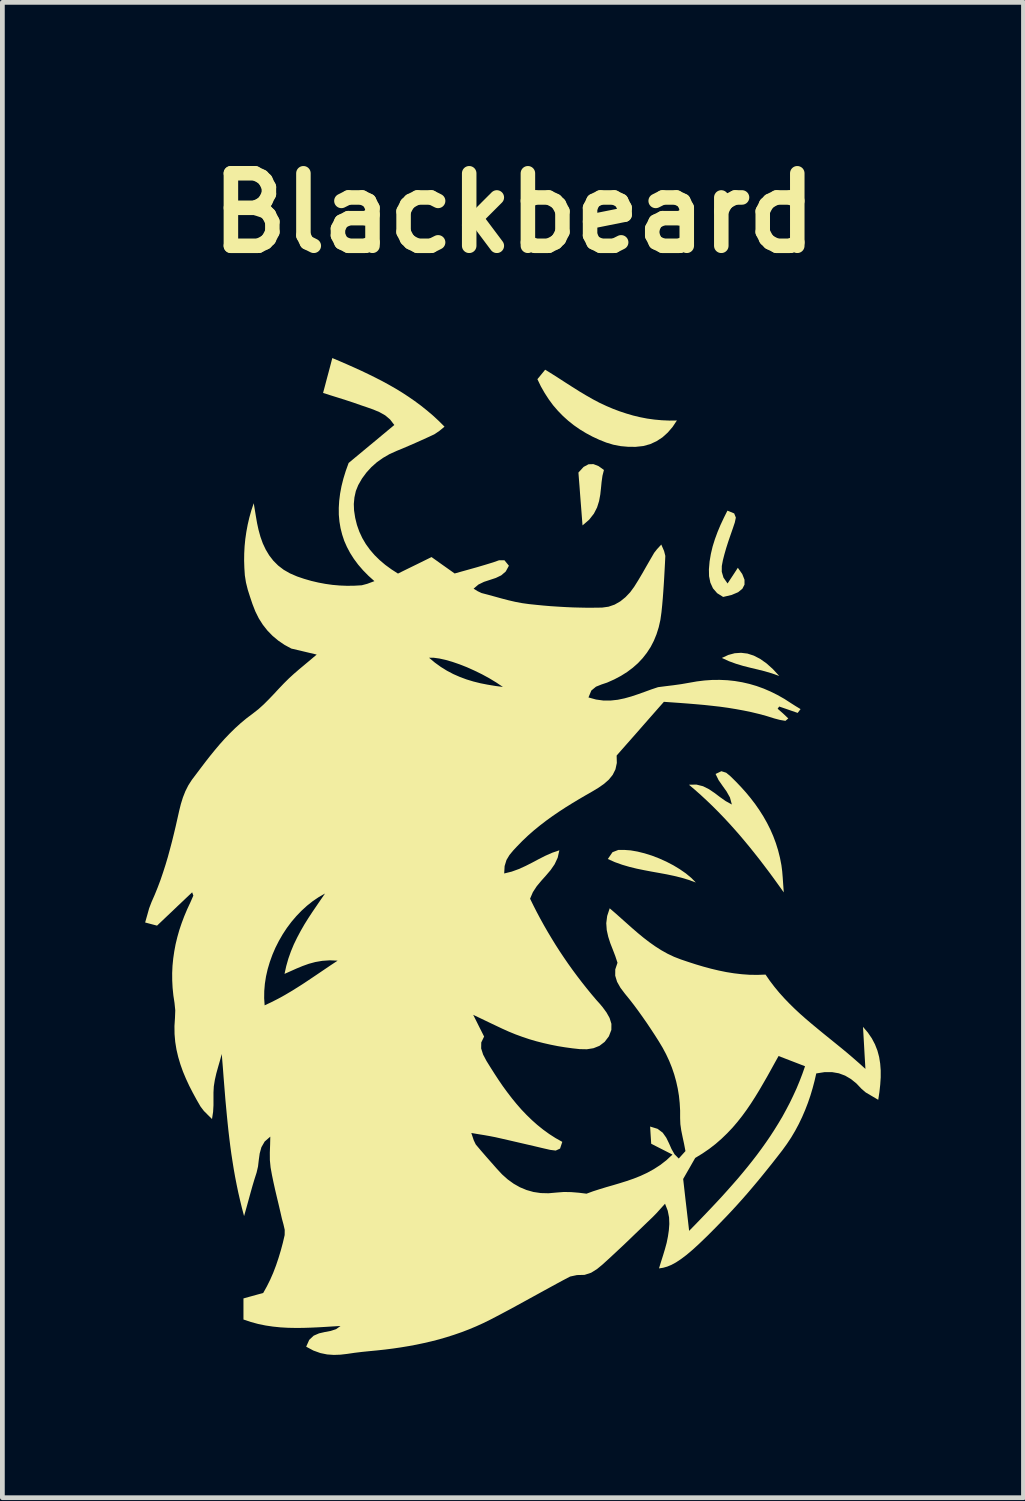
<source format=kicad_pcb>
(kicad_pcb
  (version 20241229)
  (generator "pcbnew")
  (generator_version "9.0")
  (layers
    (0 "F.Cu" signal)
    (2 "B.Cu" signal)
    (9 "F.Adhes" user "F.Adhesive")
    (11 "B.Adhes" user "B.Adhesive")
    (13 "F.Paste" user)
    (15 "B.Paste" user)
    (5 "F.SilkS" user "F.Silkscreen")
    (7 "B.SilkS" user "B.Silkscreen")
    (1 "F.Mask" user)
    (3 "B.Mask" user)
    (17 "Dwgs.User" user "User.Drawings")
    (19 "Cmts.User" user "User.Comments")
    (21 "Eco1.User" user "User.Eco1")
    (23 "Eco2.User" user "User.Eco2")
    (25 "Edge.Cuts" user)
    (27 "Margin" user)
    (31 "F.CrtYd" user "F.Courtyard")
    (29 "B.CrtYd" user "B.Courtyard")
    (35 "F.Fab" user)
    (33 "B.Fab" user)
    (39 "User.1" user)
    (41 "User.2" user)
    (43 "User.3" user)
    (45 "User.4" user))
  (footprint "Blackbeard"
    (layer "F.Cu")
    (at 7.753 14.958)
    (property "Reference" "Blackbeard" (at 0 -13.532 0) (layer "F.SilkS") (effects (font (size 1.524 1.524) (thickness 0.305))))
    (attr exclude_from_pos_files exclude_from_bom)
    (fp_poly (pts (xy 5.572 -3.803) (xy 5.417 -3.858) (xy 5.264 -3.903) (xy 5.112 -3.941) (xy 4.961 -3.977) (xy 4.811 -4.015) (xy 4.662 -4.06) (xy 4.514 -4.114) (xy 4.366 -4.182) (xy 4.502 -4.245) (xy 4.636 -4.281) (xy 4.77 -4.29) (xy 4.904 -4.274) (xy 5.037 -4.231) (xy 5.171 -4.162) (xy 5.304 -4.068) (xy 5.438 -3.948) (xy 5.572 -3.803)) (stroke (width 0) (type solid)) (fill yes) (layer "F.SilkS"))
    (fp_poly (pts (xy 1.352 -8.078) (xy 1.46 -8.196) (xy 1.564 -8.252) (xy 1.668 -8.255) (xy 1.775 -8.213) (xy 1.888 -8.132) (xy 1.857 -8.01) (xy 1.839 -7.881) (xy 1.826 -7.749) (xy 1.811 -7.614) (xy 1.786 -7.479) (xy 1.744 -7.345) (xy 1.677 -7.214) (xy 1.578 -7.088) (xy 1.438 -6.967) (xy 1.424 -7.147) (xy 1.411 -7.317) (xy 1.398 -7.48) (xy 1.386 -7.636) (xy 1.375 -7.787) (xy 1.363 -7.934) (xy 1.352 -8.078)) (stroke (width 0) (type solid)) (fill yes) (layer "F.SilkS"))
    (fp_poly (pts (xy 3.819 0.537) (xy 3.669 0.482) (xy 3.516 0.436) (xy 3.361 0.398) (xy 3.205 0.365) (xy 3.048 0.336) (xy 2.891 0.308) (xy 2.733 0.278) (xy 2.577 0.246) (xy 2.422 0.208) (xy 2.269 0.163) (xy 2.118 0.109) (xy 1.97 0.043) (xy 2.068 -0.1) (xy 2.188 -0.147) (xy 2.317 -0.148) (xy 2.451 -0.138) (xy 2.594 -0.113) (xy 2.743 -0.076) (xy 2.896 -0.028) (xy 3.049 0.031) (xy 3.2 0.099) (xy 3.346 0.175) (xy 3.483 0.258) (xy 3.61 0.346) (xy 3.723 0.44) (xy 3.819 0.537)) (stroke (width 0) (type solid)) (fill yes) (layer "F.SilkS"))
    (fp_poly (pts (xy 4.483 -7.277) (xy 4.625 -7.219) (xy 4.66 -7.131) (xy 4.638 -7.028) (xy 4.593 -6.894) (xy 4.546 -6.759) (xy 4.5 -6.625) (xy 4.457 -6.49) (xy 4.418 -6.354) (xy 4.388 -6.236) (xy 4.365 -6.115) (xy 4.364 -5.993) (xy 4.4 -5.87) (xy 4.486 -5.747) (xy 4.561 -5.861) (xy 4.632 -5.969) (xy 4.702 -6.077) (xy 4.795 -5.944) (xy 4.842 -5.826) (xy 4.842 -5.723) (xy 4.797 -5.636) (xy 4.707 -5.563) (xy 4.572 -5.506) (xy 4.393 -5.464) (xy 4.267 -5.543) (xy 4.179 -5.645) (xy 4.124 -5.766) (xy 4.097 -5.9) (xy 4.094 -6.045) (xy 4.108 -6.208) (xy 4.135 -6.368) (xy 4.172 -6.524) (xy 4.22 -6.678) (xy 4.276 -6.83) (xy 4.339 -6.98) (xy 4.409 -7.129) (xy 4.483 -7.277)) (stroke (width 0) (type solid)) (fill yes) (layer "F.SilkS"))
    (fp_poly (pts (xy 3.421 -9.172) (xy 3.331 -9.037) (xy 3.23 -8.919) (xy 3.118 -8.818) (xy 2.994 -8.737) (xy 2.86 -8.675) (xy 2.713 -8.635) (xy 2.554 -8.618) (xy 2.398 -8.619) (xy 2.24 -8.633) (xy 2.085 -8.663) (xy 1.937 -8.708) (xy 1.789 -8.767) (xy 1.647 -8.833) (xy 1.511 -8.906) (xy 1.381 -8.985) (xy 1.256 -9.072) (xy 1.138 -9.166) (xy 1.026 -9.267) (xy 0.92 -9.376) (xy 0.82 -9.492) (xy 0.728 -9.617) (xy 0.642 -9.75) (xy 0.562 -9.89) (xy 0.49 -10.04) (xy 0.574 -10.142) (xy 0.653 -10.239) (xy 0.799 -10.149) (xy 0.942 -10.058) (xy 1.084 -9.966) (xy 1.225 -9.876) (xy 1.366 -9.787) (xy 1.508 -9.702) (xy 1.651 -9.62) (xy 1.795 -9.544) (xy 1.943 -9.475) (xy 2.079 -9.417) (xy 2.217 -9.365) (xy 2.359 -9.318) (xy 2.502 -9.276) (xy 2.648 -9.241) (xy 2.797 -9.212) (xy 2.949 -9.191) (xy 3.103 -9.177) (xy 3.261 -9.17) (xy 3.421 -9.172)) (stroke (width 0) (type solid)) (fill yes) (layer "F.SilkS"))
    (fp_poly (pts (xy 3.674 -1.518) (xy 3.832 -1.521) (xy 3.971 -1.486) (xy 4.095 -1.424) (xy 4.212 -1.345) (xy 4.327 -1.258) (xy 4.446 -1.174) (xy 4.576 -1.102) (xy 4.536 -1.25) (xy 4.464 -1.378) (xy 4.379 -1.497) (xy 4.297 -1.615) (xy 4.234 -1.744) (xy 4.356 -1.802) (xy 4.457 -1.77) (xy 4.543 -1.699) (xy 4.657 -1.587) (xy 4.767 -1.472) (xy 4.872 -1.355) (xy 4.972 -1.234) (xy 5.067 -1.11) (xy 5.155 -0.983) (xy 5.238 -0.852) (xy 5.314 -0.718) (xy 5.384 -0.579) (xy 5.446 -0.437) (xy 5.501 -0.29) (xy 5.548 -0.139) (xy 5.587 0.016) (xy 5.618 0.176) (xy 5.634 0.301) (xy 5.645 0.433) (xy 5.655 0.579) (xy 5.667 0.745) (xy 5.566 0.603) (xy 5.465 0.463) (xy 5.363 0.324) (xy 5.26 0.188) (xy 5.157 0.053) (xy 5.052 -0.08) (xy 4.947 -0.211) (xy 4.84 -0.34) (xy 4.732 -0.468) (xy 4.622 -0.593) (xy 4.511 -0.716) (xy 4.398 -0.837) (xy 4.283 -0.956) (xy 4.166 -1.073) (xy 4.046 -1.188) (xy 3.925 -1.3) (xy 3.801 -1.41) (xy 3.674 -1.518)) (stroke (width 0) (type solid)) (fill yes) (layer "F.SilkS"))
    (fp_poly (pts (xy -4.369 10.291) (xy -4.305 10.148) (xy -4.212 10.06) (xy -4.099 10.011) (xy -3.977 9.983) (xy -3.854 9.96) (xy -3.741 9.923) (xy -3.647 9.856) (xy -3.804 9.865) (xy -3.962 9.875) (xy -4.119 9.884) (xy -0.235 -3.573) (xy -0.374 -3.666) (xy -0.521 -3.755) (xy -0.675 -3.839) (xy -0.833 -3.916) (xy -0.991 -3.987) (xy -1.146 -4.048) (xy -1.297 -4.1) (xy -1.439 -4.141) (xy -1.57 -4.17) (xy -1.687 -4.186) (xy -1.788 -4.187) (xy -1.665 -4.084) (xy -1.539 -3.993) (xy -1.41 -3.913) (xy -1.277 -3.843) (xy -1.14 -3.783) (xy -1 -3.731) (xy -0.855 -3.687) (xy -0.707 -3.65) (xy -0.554 -3.62) (xy -0.397 -3.594) (xy -0.235 -3.573) (xy -4.119 9.884) (xy -4.277 9.891) (xy -4.137 2.467) (xy -3.997 2.372) (xy -3.855 2.276) (xy -3.708 2.179) (xy -3.876 2.172) (xy -4.032 2.183) (xy -4.177 2.208) (xy -4.314 2.245) (xy -4.445 2.292) (xy -4.573 2.345) (xy -4.698 2.401) (xy -4.824 2.457) (xy -4.788 2.293) (xy -4.743 2.135) (xy -4.689 1.983) (xy -4.628 1.836) (xy -4.559 1.694) (xy -4.485 1.555) (xy -4.407 1.419) (xy -4.324 1.286) (xy -4.238 1.155) (xy -4.15 1.026) (xy -4.062 0.897) (xy -3.973 0.768) (xy -4.104 0.843) (xy -4.23 0.928) (xy -4.351 1.024) (xy -4.467 1.13) (xy -4.576 1.243) (xy -4.679 1.364) (xy -4.775 1.492) (xy -4.863 1.626) (xy -4.943 1.765) (xy -5.016 1.909) (xy -5.079 2.056) (xy -5.133 2.206) (xy -5.178 2.357) (xy -5.213 2.51) (xy -5.237 2.664) (xy -5.25 2.817) (xy -5.252 2.968) (xy -5.242 3.118) (xy -5.097 3.05) (xy -4.956 2.978) (xy -4.818 2.902) (xy -4.681 2.821) (xy -4.546 2.737) (xy -4.41 2.65) (xy -4.274 2.559) (xy -4.137 2.467) (xy -4.277 9.891) (xy -4.435 9.896) (xy -4.593 9.897) (xy -4.75 9.894) (xy -4.908 9.885) (xy -5.065 9.869) (xy -5.221 9.846) (xy -5.377 9.814) (xy -5.532 9.772) (xy -5.687 9.72) (xy -5.687 9.571) (xy -5.687 9.428) (xy -5.687 9.277) (xy -5.558 9.241) (xy -5.424 9.204) (xy -5.272 9.162) (xy -5.195 9.024) (xy -5.124 8.881) (xy -5.06 8.734) (xy -5.002 8.582) (xy -4.95 8.427) (xy -4.902 8.268) (xy -4.859 8.108) (xy -4.821 7.945) (xy -4.82 7.835) (xy -4.847 7.718) (xy -4.879 7.601) (xy -4.914 7.448) (xy -4.95 7.294) (xy -4.987 7.14) (xy -5.023 6.987) (xy -5.057 6.833) (xy -5.089 6.678) (xy -5.117 6.523) (xy -5.132 6.37) (xy -5.133 6.213) (xy -5.127 6.049) (xy -5.123 5.877) (xy -5.241 5.98) (xy -5.31 6.1) (xy -5.346 6.231) (xy -5.365 6.367) (xy -5.381 6.504) (xy -5.411 6.633) (xy -5.455 6.77) (xy -5.497 6.91) (xy -5.538 7.056) (xy -5.58 7.209) (xy -5.625 7.372) (xy -5.674 7.546) (xy -5.718 7.381) (xy -5.758 7.216) (xy -5.796 7.051) (xy -5.83 6.888) (xy -5.862 6.724) (xy -5.891 6.561) (xy -5.917 6.398) (xy -5.942 6.236) (xy -5.964 6.074) (xy -5.984 5.912) (xy -6.003 5.75) (xy -6.02 5.589) (xy -6.036 5.428) (xy -6.051 5.267) (xy -6.066 5.106) (xy -6.079 4.945) (xy -6.092 4.784) (xy -6.105 4.623) (xy -6.117 4.462) (xy -6.13 4.301) (xy -6.143 4.14) (xy -6.18 4.276) (xy -6.219 4.411) (xy -6.257 4.547) (xy -6.288 4.683) (xy -6.31 4.82) (xy -6.317 4.948) (xy -6.317 5.08) (xy -6.317 5.216) (xy -6.325 5.358) (xy -6.348 5.507) (xy -6.433 5.423) (xy -6.518 5.338) (xy -6.589 5.245) (xy -6.672 5.101) (xy -6.751 4.956) (xy -6.826 4.81) (xy -6.895 4.661) (xy -6.958 4.511) (xy -7.012 4.359) (xy -7.058 4.204) (xy -7.095 4.046) (xy -7.121 3.885) (xy -7.135 3.721) (xy -7.137 3.553) (xy -7.126 3.382) (xy -7.12 3.223) (xy -7.136 3.066) (xy -7.16 2.908) (xy -7.176 2.751) (xy -7.184 2.595) (xy -7.185 2.44) (xy -7.178 2.287) (xy -7.163 2.135) (xy -7.141 1.984) (xy -7.113 1.834) (xy -7.077 1.685) (xy -7.035 1.537) (xy -6.986 1.391) (xy -6.931 1.245) (xy -6.87 1.1) (xy -6.803 0.956) (xy -6.74 0.812) (xy -6.765 0.743) (xy -6.869 0.841) (xy -6.972 0.939) (xy -7.076 1.037) (xy -7.179 1.136) (xy -7.285 1.236) (xy -7.392 1.338) (xy -7.503 1.443) (xy -7.602 1.417) (xy -7.753 1.377) (xy -7.709 1.222) (xy -7.669 1.079) (xy -7.619 0.948) (xy -7.551 0.793) (xy -7.488 0.637) (xy -7.429 0.48) (xy -7.375 0.321) (xy -7.324 0.162) (xy -7.276 0.001) (xy -7.232 -0.161) (xy -7.189 -0.323) (xy -7.149 -0.486) (xy -7.11 -0.649) (xy -7.073 -0.813) (xy -7.036 -0.977) (xy -7.002 -1.113) (xy -6.96 -1.249) (xy -6.908 -1.381) (xy -6.845 -1.506) (xy -6.771 -1.621) (xy -6.676 -1.747) (xy -6.581 -1.873) (xy -6.486 -1.998) (xy -6.389 -2.122) (xy -6.289 -2.245) (xy -6.188 -2.365) (xy -6.083 -2.482) (xy -5.974 -2.596) (xy -5.861 -2.707) (xy -5.744 -2.813) (xy -5.621 -2.915) (xy -5.492 -3.012) (xy -5.373 -3.105) (xy -5.261 -3.206) (xy -5.153 -3.314) (xy -5.047 -3.425) (xy -4.943 -3.537) (xy -4.837 -3.648) (xy -4.728 -3.756) (xy -4.624 -3.851) (xy -4.515 -3.945) (xy -4.4 -4.041) (xy -4.278 -4.143) (xy -4.148 -4.253) (xy -4.292 -4.287) (xy -4.426 -4.319) (xy -4.553 -4.349) (xy -4.681 -4.379) (xy -4.823 -4.456) (xy -4.954 -4.545) (xy -5.074 -4.645) (xy -5.183 -4.757) (xy -5.28 -4.88) (xy -5.365 -5.014) (xy -5.437 -5.159) (xy -5.498 -5.315) (xy -5.548 -5.464) (xy -5.596 -5.614) (xy -5.634 -5.766) (xy -5.658 -5.918) (xy -5.668 -6.072) (xy -5.673 -6.225) (xy -5.671 -6.378) (xy -5.663 -6.53) (xy -5.648 -6.682) (xy -5.626 -6.833) (xy -5.598 -6.984) (xy -5.563 -7.134) (xy -5.521 -7.284) (xy -5.471 -7.433) (xy -5.448 -7.294) (xy -5.425 -7.154) (xy -5.401 -7.015) (xy -5.371 -6.877) (xy -5.33 -6.728) (xy -5.28 -6.588) (xy -5.218 -6.457) (xy -5.145 -6.336) (xy -5.059 -6.225) (xy -4.958 -6.124) (xy -4.842 -6.035) (xy -4.709 -5.959) (xy -4.559 -5.894) (xy -4.411 -5.844) (xy -4.262 -5.801) (xy -4.113 -5.766) (xy -3.963 -5.738) (xy -3.813 -5.717) (xy -3.662 -5.704) (xy -3.51 -5.698) (xy -3.356 -5.7) (xy -3.202 -5.709) (xy -3.088 -5.739) (xy -2.935 -5.796) (xy -3.061 -5.909) (xy -3.174 -6.024) (xy -3.276 -6.142) (xy -3.366 -6.263) (xy -3.445 -6.387) (xy -3.512 -6.513) (xy -3.569 -6.642) (xy -3.613 -6.775) (xy -3.647 -6.91) (xy -3.67 -7.048) (xy -3.683 -7.19) (xy -3.684 -7.335) (xy -3.675 -7.484) (xy -3.656 -7.636) (xy -3.627 -7.791) (xy -3.587 -7.95) (xy -3.537 -8.113) (xy -3.477 -8.279) (xy -3.377 -8.363) (xy -3.269 -8.452) (xy -3.155 -8.547) (xy -3.036 -8.646) (xy -2.911 -8.749) (xy -2.783 -8.856) (xy -2.651 -8.966) (xy -2.517 -9.077) (xy -2.605 -9.192) (xy -2.71 -9.281) (xy -2.83 -9.348) (xy -2.958 -9.402) (xy -3.091 -9.449) (xy -3.224 -9.494) (xy -3.378 -9.548) (xy -3.533 -9.599) (xy -3.691 -9.649) (xy -3.851 -9.699) (xy -4.014 -9.751) (xy -3.973 -9.904) (xy -3.935 -10.049) (xy -3.897 -10.19) (xy -3.859 -10.334) (xy -3.82 -10.484) (xy -3.666 -10.419) (xy -3.514 -10.353) (xy -3.363 -10.286) (xy -3.214 -10.218) (xy -3.067 -10.148) (xy -2.921 -10.076) (xy -2.777 -10.002) (xy -2.635 -9.925) (xy -2.495 -9.845) (xy -2.357 -9.761) (xy -2.222 -9.673) (xy -2.089 -9.581) (xy -1.958 -9.484) (xy -1.83 -9.382) (xy -1.704 -9.275) (xy -1.582 -9.162) (xy -1.462 -9.042) (xy -1.57 -8.953) (xy -1.675 -8.882) (xy -1.806 -8.821) (xy -1.938 -8.761) (xy -2.07 -8.702) (xy -2.203 -8.644) (xy -2.336 -8.587) (xy -2.47 -8.532) (xy -2.618 -8.465) (xy -2.756 -8.385) (xy -2.883 -8.295) (xy -2.999 -8.192) (xy -3.103 -8.078) (xy -3.196 -7.952) (xy -3.275 -7.814) (xy -3.325 -7.691) (xy -3.355 -7.556) (xy -3.368 -7.418) (xy -3.363 -7.283) (xy -3.339 -7.126) (xy -3.302 -6.976) (xy -3.252 -6.835) (xy -3.19 -6.702) (xy -3.116 -6.576) (xy -3.03 -6.457) (xy -2.933 -6.344) (xy -2.825 -6.238) (xy -2.707 -6.138) (xy -2.578 -6.044) (xy -2.44 -5.955) (xy -2.305 -6.022) (xy -2.168 -6.089) (xy -2.029 -6.157) (xy -1.885 -6.228) (xy -1.735 -6.302) (xy -1.632 -6.229) (xy -1.52 -6.149) (xy -1.394 -6.06) (xy -1.249 -5.957) (xy -1.1 -5.999) (xy -0.942 -6.043) (xy -0.778 -6.089) (xy -0.609 -6.139) (xy -0.439 -6.191) (xy -0.315 -6.235) (xy -0.203 -6.235) (xy -0.109 -6.12) (xy -0.176 -5.998) (xy -0.271 -5.917) (xy -0.384 -5.863) (xy -0.508 -5.822) (xy -0.633 -5.781) (xy -0.75 -5.724) (xy -0.851 -5.638) (xy -0.766 -5.585) (xy -0.684 -5.546) (xy -0.543 -5.509) (xy -0.401 -5.47) (xy -0.26 -5.431) (xy -0.118 -5.394) (xy 0.024 -5.361) (xy 0.167 -5.334) (xy 0.311 -5.314) (xy 0.464 -5.298) (xy 0.617 -5.283) (xy 0.771 -5.27) (xy 0.925 -5.26) (xy 1.079 -5.251) (xy 1.233 -5.244) (xy 1.387 -5.24) (xy 1.541 -5.237) (xy 1.695 -5.238) (xy 1.849 -5.24) (xy 1.985 -5.259) (xy 2.113 -5.303) (xy 2.232 -5.371) (xy 2.341 -5.459) (xy 2.439 -5.562) (xy 2.524 -5.678) (xy 2.612 -5.819) (xy 2.696 -5.961) (xy 2.778 -6.105) (xy 2.861 -6.249) (xy 2.944 -6.392) (xy 3.003 -6.467) (xy 3.093 -6.565) (xy 3.152 -6.429) (xy 3.178 -6.326) (xy 3.171 -6.178) (xy 3.163 -6.03) (xy 3.155 -5.882) (xy 3.146 -5.734) (xy 3.136 -5.586) (xy 3.125 -5.438) (xy 3.112 -5.29) (xy 3.097 -5.143) (xy 3.074 -4.98) (xy 3.039 -4.826) (xy 2.993 -4.68) (xy 2.937 -4.543) (xy 2.87 -4.413) (xy 2.791 -4.292) (xy 2.703 -4.179) (xy 2.604 -4.073) (xy 2.494 -3.976) (xy 2.374 -3.886) (xy 2.245 -3.805) (xy 2.105 -3.731) (xy 1.955 -3.664) (xy 1.838 -3.625) (xy 1.721 -3.578) (xy 1.623 -3.497) (xy 1.563 -3.352) (xy 1.723 -3.308) (xy 1.878 -3.287) (xy 2.029 -3.287) (xy 2.177 -3.303) (xy 2.321 -3.333) (xy 2.464 -3.373) (xy 2.605 -3.42) (xy 2.745 -3.47) (xy 2.885 -3.521) (xy 3.025 -3.568) (xy 3.188 -3.589) (xy 3.352 -3.609) (xy 3.515 -3.632) (xy 3.676 -3.66) (xy 3.842 -3.689) (xy 4.005 -3.709) (xy 4.167 -3.72) (xy 4.326 -3.721) (xy 4.484 -3.714) (xy 4.64 -3.697) (xy 4.794 -3.671) (xy 4.946 -3.636) (xy 5.096 -3.592) (xy 5.245 -3.538) (xy 5.391 -3.475) (xy 5.536 -3.403) (xy 5.679 -3.322) (xy 5.82 -3.231) (xy 5.919 -3.168) (xy 6.02 -3.107) (xy 5.959 -3.027) (xy 5.829 -3.072) (xy 5.7 -3.117) (xy 5.571 -3.161) (xy 5.538 -3.115) (xy 5.649 -3.018) (xy 5.762 -2.911) (xy 5.702 -2.86) (xy 5.585 -2.88) (xy 5.471 -2.91) (xy 5.311 -2.96) (xy 5.15 -3.004) (xy 4.988 -3.043) (xy 4.825 -3.077) (xy 4.661 -3.107) (xy 4.496 -3.134) (xy 4.331 -3.157) (xy 4.164 -3.176) (xy 3.997 -3.194) (xy 3.829 -3.209) (xy 3.66 -3.223) (xy 3.49 -3.236) (xy 3.32 -3.248) (xy 3.148 -3.26) (xy 3.04 -3.138) (xy 2.932 -3.015) (xy 2.823 -2.891) (xy 2.714 -2.767) (xy 2.604 -2.641) (xy 2.493 -2.515) (xy 2.381 -2.388) (xy 2.268 -2.26) (xy 2.155 -2.131) (xy 2.159 -1.975) (xy 2.13 -1.841) (xy 2.072 -1.725) (xy 1.991 -1.625) (xy 1.89 -1.536) (xy 1.774 -1.455) (xy 1.648 -1.379) (xy 1.505 -1.297) (xy 1.363 -1.214) (xy 1.222 -1.129) (xy 1.082 -1.042) (xy 0.944 -0.952) (xy 0.808 -0.859) (xy 0.675 -0.763) (xy 0.545 -0.663) (xy 0.417 -0.559) (xy 0.293 -0.45) (xy 0.173 -0.336) (xy 0.057 -0.217) (xy -0.022 -0.132) (xy -0.097 -0.041) (xy -0.16 0.064) (xy -0.199 0.191) (xy -0.208 0.347) (xy -0.05 0.308) (xy 0.099 0.254) (xy 0.242 0.189) (xy 0.382 0.118) (xy 0.519 0.045) (xy 0.659 -0.026) (xy 0.802 -0.089) (xy 0.951 -0.14) (xy 0.916 0.016) (xy 0.852 0.153) (xy 0.768 0.275) (xy 0.671 0.389) (xy 0.571 0.501) (xy 0.476 0.615) (xy 0.395 0.739) (xy 0.336 0.877) (xy 0.406 1.02) (xy 0.478 1.161) (xy 0.553 1.302) (xy 0.63 1.441) (xy 0.709 1.578) (xy 0.791 1.715) (xy 0.874 1.85) (xy 0.96 1.984) (xy 1.049 2.117) (xy 1.139 2.248) (xy 1.232 2.378) (xy 1.327 2.506) (xy 1.425 2.634) (xy 1.524 2.759) (xy 1.626 2.884) (xy 1.73 3.007) (xy 1.796 3.08) (xy 1.86 3.156) (xy 1.942 3.268) (xy 2.007 3.384) (xy 2.045 3.506) (xy 2.044 3.634) (xy 1.992 3.769) (xy 1.903 3.886) (xy 1.794 3.969) (xy 1.668 4.019) (xy 1.529 4.041) (xy 1.379 4.038) (xy 1.224 4.021) (xy 1.071 4) (xy 0.918 3.975) (xy 0.767 3.945) (xy 0.617 3.911) (xy 0.468 3.873) (xy 0.321 3.83) (xy 0.175 3.781) (xy 0.03 3.728) (xy -0.114 3.669) (xy -0.256 3.605) (xy -0.389 3.542) (xy -0.53 3.475) (xy -0.684 3.401) (xy -0.86 3.317) (xy -0.795 3.445) (xy -0.739 3.558) (xy -0.685 3.665) (xy -0.63 3.774) (xy -0.69 3.898) (xy -0.692 4.024) (xy -0.651 4.153) (xy -0.58 4.287) (xy -0.496 4.422) (xy -0.411 4.556) (xy -0.324 4.689) (xy -0.235 4.819) (xy -0.142 4.946) (xy -0.047 5.07) (xy 0.052 5.191) (xy 0.154 5.308) (xy 0.261 5.42) (xy 0.372 5.528) (xy 0.489 5.632) (xy 0.611 5.73) (xy 0.738 5.822) (xy 0.872 5.908) (xy 1.013 5.987) (xy 0.966 6.128) (xy 0.875 6.17) (xy 0.757 6.155) (xy 0.592 6.117) (xy 0.428 6.078) (xy 0.264 6.04) (xy 0.1 6.002) (xy -0.064 5.964) (xy -0.229 5.926) (xy -0.393 5.889) (xy -0.505 5.867) (xy -0.623 5.846) (xy -0.753 5.825) (xy -0.899 5.8) (xy -0.848 5.953) (xy -0.806 6.041) (xy -0.698 6.169) (xy -0.588 6.296) (xy -0.477 6.422) (xy -0.366 6.548) (xy -0.253 6.67) (xy -0.134 6.776) (xy -0.008 6.867) (xy 0.123 6.941) (xy 0.262 6.999) (xy 0.407 7.04) (xy 0.561 7.063) (xy 0.722 7.067) (xy 0.892 7.052) (xy 1.047 7.04) (xy 1.204 7.043) (xy 1.362 7.056) (xy 1.522 7.076) (xy 1.658 7.026) (xy 1.798 6.981) (xy 1.939 6.938) (xy 2.082 6.897) (xy 2.226 6.854) (xy 2.37 6.809) (xy 2.514 6.759) (xy 2.657 6.702) (xy 2.797 6.637) (xy 2.935 6.561) (xy 3.07 6.474) (xy 3.202 6.372) (xy 3.328 6.254) (xy 3.163 6.17) (xy 3.023 6.099) (xy 2.881 6.026) (xy 2.875 5.926) (xy 2.867 5.806) (xy 2.859 5.665) (xy 3.015 5.713) (xy 3.123 5.794) (xy 3.198 5.9) (xy 3.255 6.017) (xy 3.308 6.137) (xy 3.371 6.247) (xy 3.46 6.337) (xy 3.545 6.243) (xy 3.601 6.181) (xy 3.572 6.029) (xy 3.541 5.885) (xy 3.513 5.748) (xy 3.494 5.616) (xy 3.489 5.487) (xy 3.489 5.328) (xy 3.48 5.171) (xy 3.464 5.017) (xy 3.439 4.866) (xy 3.406 4.717) (xy 3.365 4.57) (xy 3.316 4.426) (xy 3.259 4.284) (xy 3.194 4.145) (xy 3.121 4.008) (xy 3.04 3.873) (xy 2.958 3.744) (xy 2.874 3.616) (xy 2.789 3.489) (xy 2.701 3.363) (xy 2.612 3.238) (xy 2.521 3.115) (xy 2.427 2.994) (xy 2.331 2.876) (xy 2.235 2.749) (xy 2.164 2.623) (xy 2.125 2.495) (xy 2.126 2.363) (xy 2.173 2.223) (xy 2.127 2.084) (xy 2.075 1.948) (xy 2.022 1.813) (xy 1.978 1.676) (xy 1.947 1.536) (xy 1.937 1.391) (xy 1.956 1.24) (xy 2.009 1.079) (xy 2.132 1.185) (xy 2.251 1.291) (xy 2.369 1.396) (xy 2.486 1.5) (xy 2.603 1.601) (xy 2.721 1.698) (xy 2.842 1.791) (xy 2.965 1.878) (xy 3.092 1.959) (xy 3.224 2.033) (xy 3.361 2.098) (xy 3.506 2.154) (xy 3.663 2.207) (xy 3.821 2.258) (xy 3.979 2.305) (xy 4.138 2.348) (xy 4.298 2.386) (xy 4.459 2.419) (xy 4.621 2.445) (xy 4.784 2.464) (xy 4.949 2.476) (xy 5.115 2.478) (xy 5.284 2.472) (xy 5.375 2.604) (xy 5.471 2.73) (xy 5.572 2.852) (xy 5.677 2.969) (xy 5.786 3.082) (xy 5.898 3.192) (xy 6.013 3.299) (xy 6.131 3.403) (xy 6.252 3.506) (xy 6.375 3.608) (xy 6.499 3.71) (xy 6.624 3.811) (xy 6.751 3.914) (xy 6.878 4.017) (xy 7.005 4.122) (xy 7.131 4.23) (xy 7.257 4.34) (xy 7.383 4.454) (xy 7.373 4.287) (xy 7.364 4.133) (xy 7.356 3.987) (xy 7.348 3.846) (xy 7.34 3.709) (xy 7.332 3.57) (xy 7.434 3.69) (xy 7.518 3.813) (xy 7.584 3.939) (xy 7.635 4.069) (xy 7.671 4.203) (xy 7.693 4.341) (xy 7.704 4.484) (xy 7.704 4.631) (xy 7.694 4.783) (xy 7.677 4.94) (xy 7.652 5.103) (xy 7.509 5.019) (xy 7.39 4.949) (xy 7.301 4.873) (xy 7.194 4.76) (xy 7.079 4.667) (xy 6.956 4.595) (xy 6.824 4.546) (xy 6.679 4.521) (xy 6.522 4.522) (xy 6.35 4.549) (xy 6.314 4.705) (xy 6.273 4.86) (xy 6.227 5.014) (xy 6.175 5.166) (xy 6.117 5.316) (xy 6.053 5.465) (xy 5.983 5.611) (xy 5.906 5.755) (xy 5.823 5.895) (xy 5.732 6.032) (xy 5.635 6.166) (xy 5.534 6.296) (xy 5.432 6.426) (xy 5.329 6.555) (xy 5.225 6.684) (xy 5.12 6.812) (xy 5.014 6.938) (xy 4.907 7.064) (xy 4.798 7.188) (xy 4.688 7.311) (xy 4.576 7.433) (xy 4.463 7.553) (xy 4.252 7.771) (xy 4.065 7.959) (xy 3.899 8.119) (xy 3.753 8.253) (xy 3.623 8.363) (xy 3.506 8.451) (xy 3.402 8.52) (xy 3.306 8.572) (xy 3.216 8.609) (xy 3.13 8.633) (xy 3.045 8.646) (xy 3.087 8.509) (xy 3.13 8.374) (xy 3.17 8.241) (xy 3.206 8.109) (xy 3.678 7.857) (xy 3.796 7.737) (xy 3.912 7.617) (xy 4.028 7.496) (xy 4.142 7.376) (xy 4.256 7.255) (xy 4.368 7.134) (xy 4.478 7.012) (xy 4.587 6.889) (xy 4.695 6.766) (xy 4.8 6.641) (xy 4.903 6.516) (xy 5.004 6.389) (xy 5.103 6.261) (xy 5.199 6.131) (xy 5.293 5.999) (xy 5.384 5.866) (xy 5.472 5.73) (xy 5.557 5.593) (xy 5.64 5.453) (xy 5.718 5.31) (xy 5.794 5.165) (xy 5.865 5.018) (xy 5.934 4.868) (xy 5.998 4.714) (xy 6.058 4.558) (xy 6.114 4.398) (xy 5.957 4.337) (xy 5.814 4.282) (xy 5.682 4.231) (xy 5.558 4.183) (xy 5.477 4.328) (xy 5.397 4.473) (xy 5.317 4.617) (xy 5.235 4.759) (xy 5.153 4.9) (xy 5.068 5.039) (xy 4.981 5.175) (xy 4.89 5.309) (xy 4.795 5.439) (xy 4.695 5.566) (xy 4.59 5.689) (xy 4.478 5.807) (xy 4.36 5.921) (xy 4.234 6.031) (xy 4.101 6.134) (xy 3.958 6.232) (xy 3.806 6.325) (xy 3.753 6.417) (xy 3.691 6.526) (xy 3.623 6.644) (xy 3.553 6.767) (xy 3.57 6.917) (xy 3.587 7.067) (xy 3.604 7.217) (xy 3.622 7.37) (xy 3.64 7.526) (xy 3.659 7.688) (xy 3.678 7.857) (xy 3.206 8.109) (xy 3.233 7.975) (xy 3.252 7.846) (xy 3.262 7.713) (xy 3.257 7.576) (xy 3.229 7.434) (xy 3.172 7.287) (xy 3.078 7.391) (xy 2.995 7.483) (xy 2.914 7.566) (xy 2.797 7.678) (xy 2.68 7.791) (xy 2.563 7.903) (xy 2.446 8.016) (xy 2.329 8.128) (xy 2.211 8.239) (xy 2.092 8.35) (xy 1.973 8.46) (xy 1.853 8.569) (xy 1.741 8.661) (xy 1.619 8.737) (xy 1.481 8.782) (xy 1.322 8.786) (xy 1.178 8.817) (xy 1.033 8.893) (xy 0.894 8.968) (xy 0.755 9.044) (xy 0.616 9.12) (xy 0.478 9.196) (xy 0.339 9.272) (xy 0.201 9.348) (xy 0.062 9.424) (xy -0.077 9.5) (xy -0.216 9.574) (xy -0.356 9.648) (xy -0.496 9.721) (xy -0.646 9.795) (xy -0.798 9.864) (xy -0.951 9.928) (xy -1.105 9.987) (xy -1.261 10.041) (xy -1.418 10.091) (xy -1.576 10.137) (xy -1.735 10.178) (xy -1.895 10.215) (xy -2.056 10.249) (xy -2.218 10.279) (xy -2.381 10.306) (xy -2.545 10.33) (xy -2.71 10.351) (xy -2.875 10.369) (xy -3.041 10.385) (xy -3.198 10.401) (xy -3.354 10.42) (xy -3.511 10.443) (xy -3.65 10.459) (xy -3.788 10.464) (xy -3.929 10.454) (xy -4.071 10.425) (xy -4.218 10.372) (xy -4.369 10.291)) (stroke (width 0) (type solid)) (fill yes) (layer "F.SilkS")))
  (gr_rect
    (start -3 -3)
    (end 18.457 28.422)
    (stroke (width 0.1) (type default))
    (fill no)
    (layer "Edge.Cuts")))
</source>
